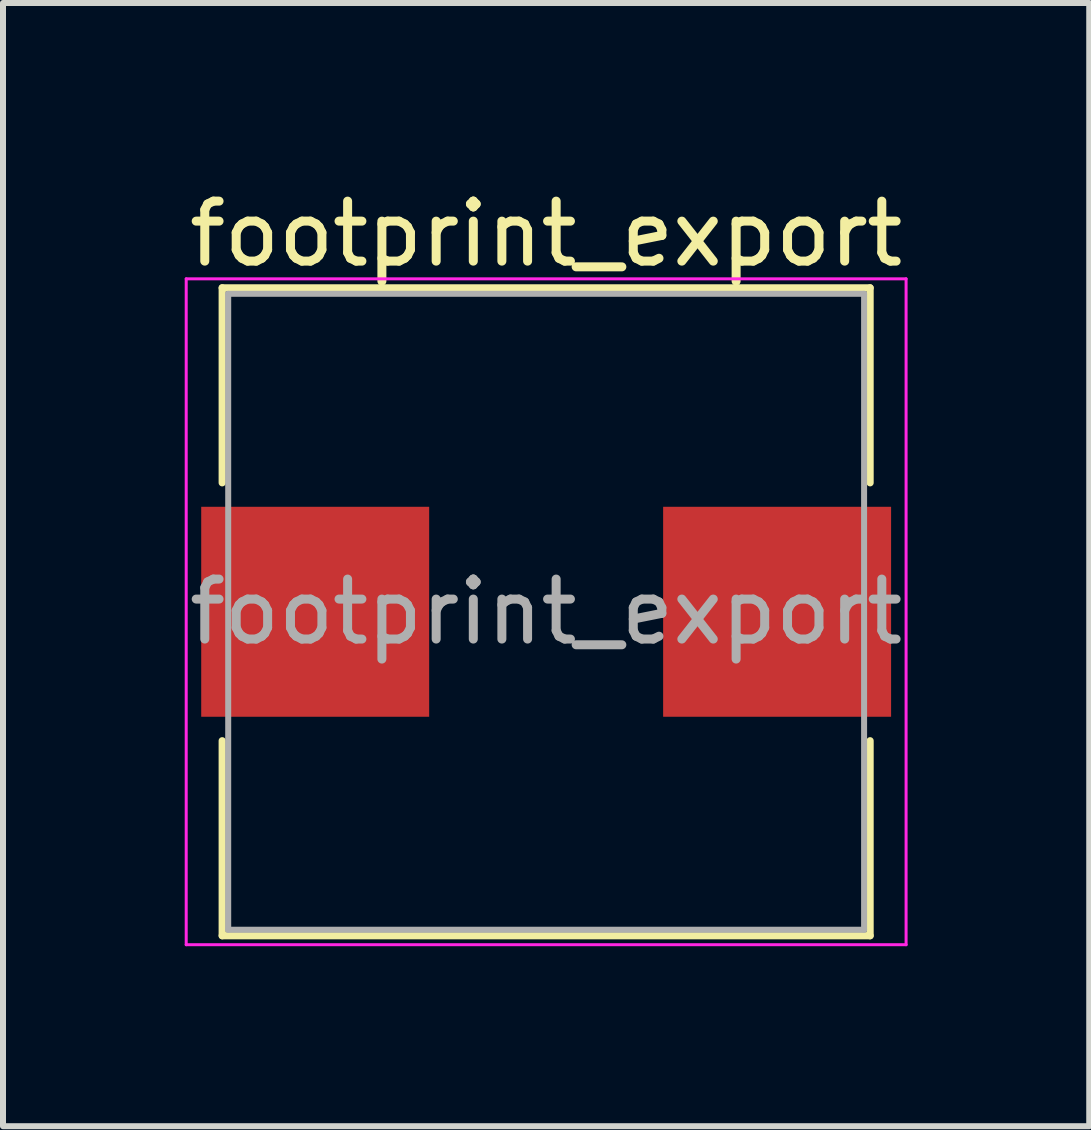
<source format=kicad_pcb>
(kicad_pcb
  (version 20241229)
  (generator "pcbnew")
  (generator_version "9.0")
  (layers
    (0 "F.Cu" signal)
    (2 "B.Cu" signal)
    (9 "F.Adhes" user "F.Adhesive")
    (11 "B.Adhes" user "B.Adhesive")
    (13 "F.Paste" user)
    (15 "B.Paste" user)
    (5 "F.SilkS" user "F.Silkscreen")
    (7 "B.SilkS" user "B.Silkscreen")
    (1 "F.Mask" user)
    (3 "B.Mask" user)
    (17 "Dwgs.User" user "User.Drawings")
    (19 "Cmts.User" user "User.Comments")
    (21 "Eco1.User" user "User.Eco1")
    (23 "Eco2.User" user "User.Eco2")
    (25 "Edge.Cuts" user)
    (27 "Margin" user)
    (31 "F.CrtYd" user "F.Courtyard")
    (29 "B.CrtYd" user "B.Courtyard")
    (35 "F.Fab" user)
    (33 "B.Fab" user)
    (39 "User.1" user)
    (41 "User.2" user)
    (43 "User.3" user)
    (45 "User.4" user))
  (footprint "footprint_export"
    (layer "F.Cu")
    (at 6.054 7.148)
    (property "Reference" "footprint_export" (at 0 -6.3 0) (layer "F.SilkS") (effects (font (size 1 1) (thickness 0.15))))
    (attr smd)
    (fp_line (start -5.4 -5.4) (end 5.4 -5.4) (stroke (width 0.12) (type solid)) (layer "F.SilkS"))
    (fp_line (start -5.4 -2.15) (end -5.4 -5.4) (stroke (width 0.12) (type solid)) (layer "F.SilkS"))
    (fp_line (start -5.4 2.15) (end -5.4 5.4) (stroke (width 0.12) (type solid)) (layer "F.SilkS"))
    (fp_line (start -5.4 5.4) (end 5.4 5.4) (stroke (width 0.12) (type solid)) (layer "F.SilkS"))
    (fp_line (start 5.4 -5.4) (end 5.4 -2.15) (stroke (width 0.12) (type solid)) (layer "F.SilkS"))
    (fp_line (start 5.4 5.4) (end 5.4 2.15) (stroke (width 0.12) (type solid)) (layer "F.SilkS"))
    (fp_line (start -6 -5.55) (end -6 5.55) (stroke (width 0.05) (type solid)) (layer "F.CrtYd"))
    (fp_line (start -6 5.55) (end 6 5.55) (stroke (width 0.05) (type solid)) (layer "F.CrtYd"))
    (fp_line (start 6 -5.55) (end -6 -5.55) (stroke (width 0.05) (type solid)) (layer "F.CrtYd"))
    (fp_line (start 6 5.55) (end 6 -5.55) (stroke (width 0.05) (type solid)) (layer "F.CrtYd"))
    (fp_line (start -5.3 -5.3) (end -5.3 5.3) (stroke (width 0.1) (type solid)) (layer "F.Fab"))
    (fp_line (start -5.3 5.3) (end 5.3 5.3) (stroke (width 0.1) (type solid)) (layer "F.Fab"))
    (fp_line (start 5.3 -5.3) (end -5.3 -5.3) (stroke (width 0.1) (type solid)) (layer "F.Fab"))
    (fp_line (start 5.3 5.3) (end 5.3 -5.3) (stroke (width 0.1) (type solid)) (layer "F.Fab"))
    (fp_text user "${REFERENCE}" (at 0 0 0) (layer "F.Fab") (effects (font (size 1 1) (thickness 0.15))))
    (pad "1" smd rect (at -3.85 0) (size 3.8 3.5) (layers "F.Cu" "F.Mask" "F.Paste"))
    (pad "2" smd rect (at 3.85 0) (size 3.8 3.5) (layers "F.Cu" "F.Mask" "F.Paste")))
  (gr_rect
    (start -3 -3)
    (end 15.107 15.723)
    (stroke (width 0.1) (type default))
    (fill no)
    (layer "Edge.Cuts")))
</source>
